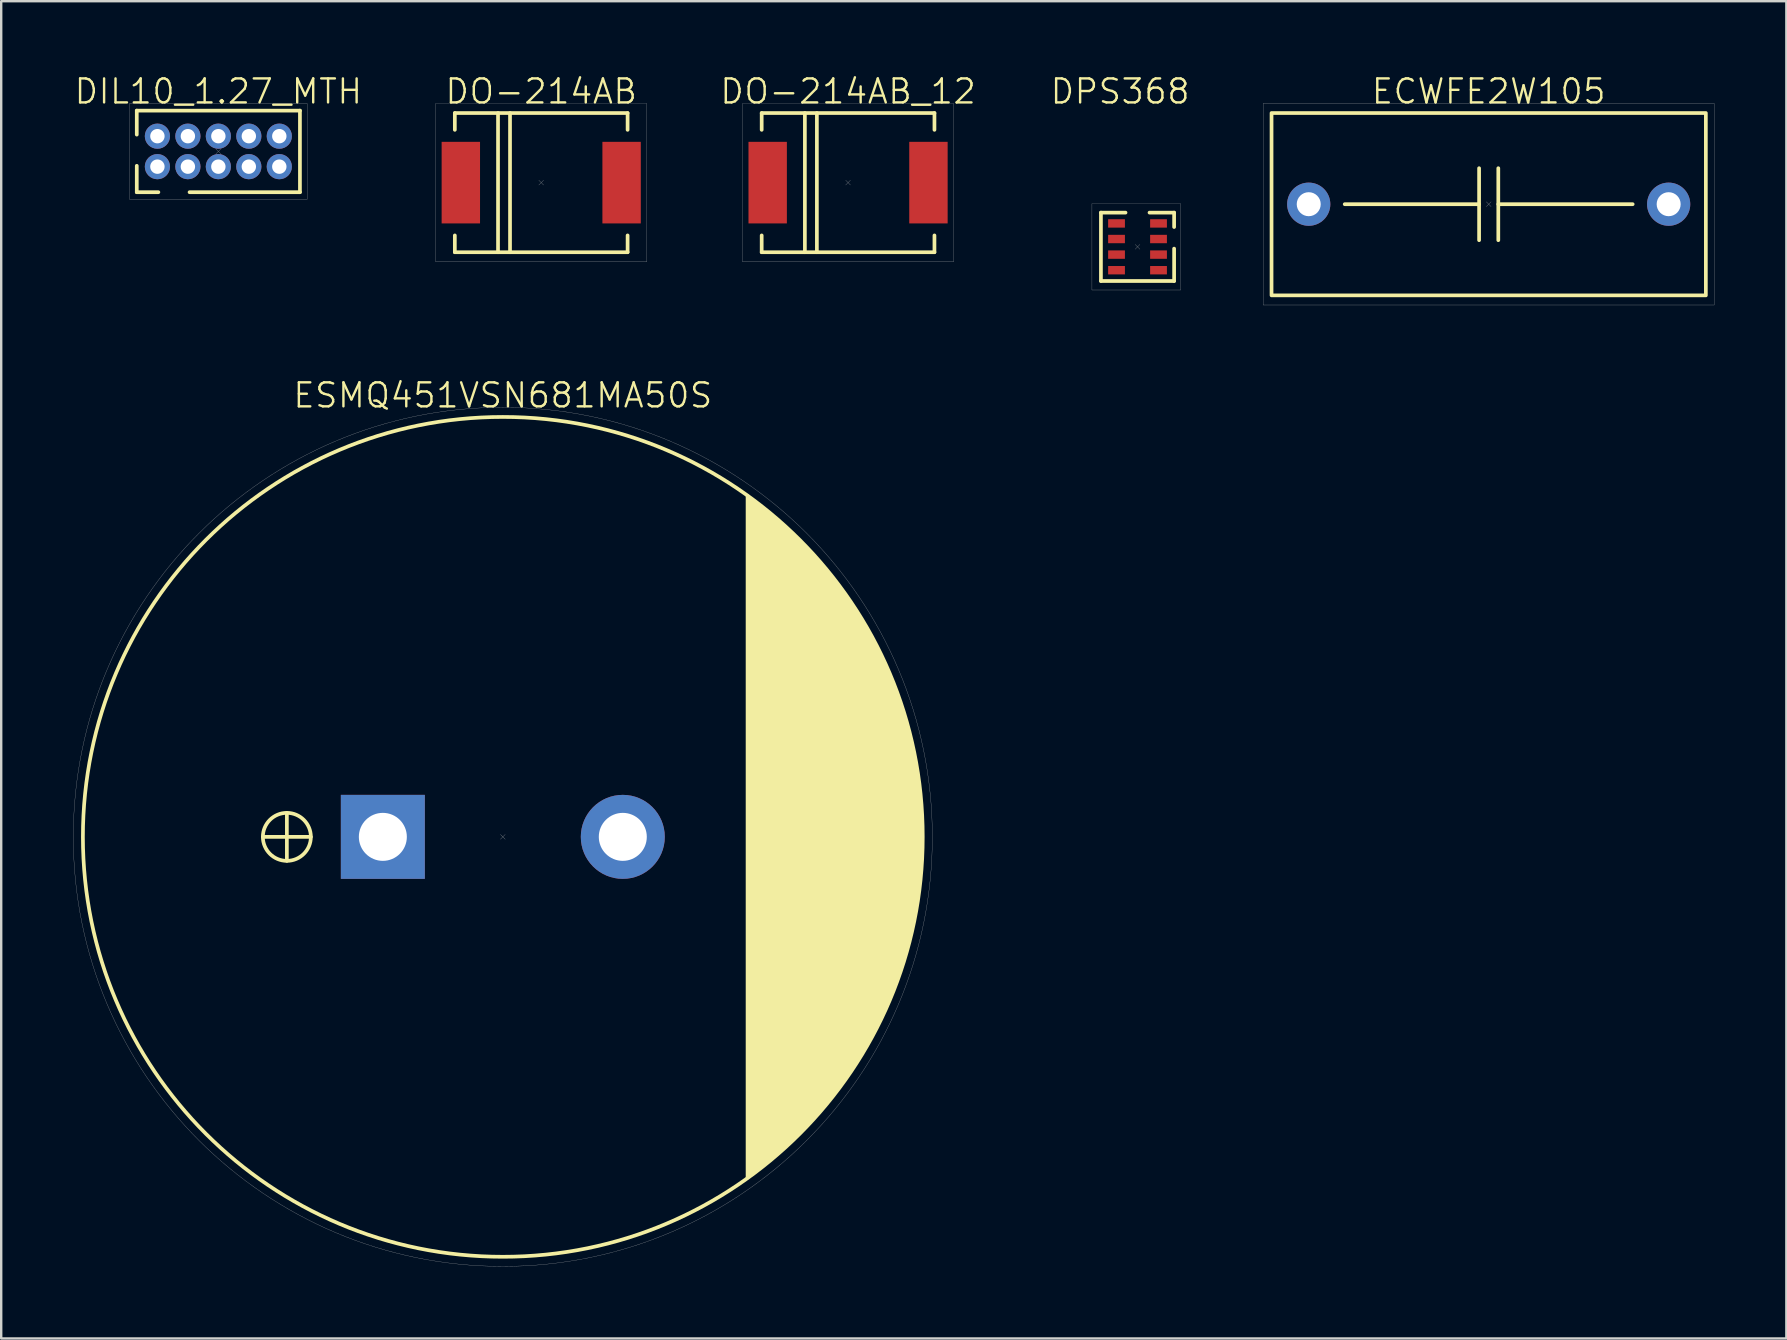
<source format=kicad_pcb>
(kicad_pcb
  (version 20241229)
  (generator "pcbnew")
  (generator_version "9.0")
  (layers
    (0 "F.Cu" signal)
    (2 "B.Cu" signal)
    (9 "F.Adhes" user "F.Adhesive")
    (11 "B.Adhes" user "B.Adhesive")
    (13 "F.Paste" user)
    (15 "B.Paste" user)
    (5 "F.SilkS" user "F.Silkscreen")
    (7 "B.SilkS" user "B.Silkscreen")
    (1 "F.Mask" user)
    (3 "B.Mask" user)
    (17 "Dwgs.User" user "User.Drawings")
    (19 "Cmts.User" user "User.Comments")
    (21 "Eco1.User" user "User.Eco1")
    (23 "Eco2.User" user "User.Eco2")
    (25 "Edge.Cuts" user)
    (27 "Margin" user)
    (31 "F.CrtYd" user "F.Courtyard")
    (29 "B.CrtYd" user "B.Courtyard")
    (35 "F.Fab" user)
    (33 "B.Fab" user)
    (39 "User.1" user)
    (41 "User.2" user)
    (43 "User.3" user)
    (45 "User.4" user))
  (footprint "DO-214AB_12"
    (layer "F.Cu")
    (at 32.293 4.561)
    (property "Reference" "DO-214AB_12" (at 0 -3.8 0) (unlocked yes) (layer "F.SilkS") (effects (font (size 1 1) (thickness 0.1))))
    (attr smd)
    (fp_line (start -3.6 -2.9) (end 3.6 -2.9) (stroke (width 0.154) (type default)) (layer "F.SilkS"))
    (fp_line (start -3.6 -2.2) (end -3.6 -2.9) (stroke (width 0.154) (type default)) (layer "F.SilkS"))
    (fp_line (start -3.6 2.9) (end -3.6 2.2) (stroke (width 0.154) (type default)) (layer "F.SilkS"))
    (fp_line (start -1.8 -2.9) (end -1.8 2.9) (stroke (width 0.154) (type default)) (layer "F.SilkS"))
    (fp_line (start -1.3 -2.9) (end -1.3 2.9) (stroke (width 0.154) (type default)) (layer "F.SilkS"))
    (fp_line (start 3.6 -2.9) (end 3.6 -2.2) (stroke (width 0.154) (type default)) (layer "F.SilkS"))
    (fp_line (start 3.6 2.2) (end 3.6 2.9) (stroke (width 0.154) (type default)) (layer "F.SilkS"))
    (fp_line (start 3.6 2.9) (end -3.6 2.9) (stroke (width 0.154) (type default)) (layer "F.SilkS"))
    (fp_line (start -0.1 -0.1) (end 0.1 0.1) (stroke (width 0.01) (type default)) (layer "F.Fab"))
    (fp_line (start 0.1 -0.1) (end -0.1 0.1) (stroke (width 0.01) (type default)) (layer "F.Fab"))
    (fp_rect (start -4.4 -3.3) (end 4.4 3.3) (stroke (width 0.01) (type default)) (fill no) (layer "F.Fab"))
    (pad "1" smd rect (at 3.35 0) (size 1.6 3.4) (layers "F.Cu" "F.Mask" "F.Paste"))
    (pad "2" smd rect (at -3.35 0) (size 1.6 3.4) (layers "F.Cu" "F.Mask" "F.Paste")))
  (footprint "DPS368"
    (layer "F.Cu")
    (at 44.356 7.236)
    (property "Reference" "DPS368" (at -0.725 -6.475 0) (unlocked yes) (layer "F.SilkS") (effects (font (size 1 1) (thickness 0.1))))
    (attr smd)
    (fp_line (start -1.525 -1.425) (end -1.525 1.425) (stroke (width 0.154) (type default)) (layer "F.SilkS"))
    (fp_line (start -1.525 -1.425) (end -0.5 -1.425) (stroke (width 0.154) (type default)) (layer "F.SilkS"))
    (fp_line (start 0.5 -1.425) (end 1.525 -1.425) (stroke (width 0.154) (type default)) (layer "F.SilkS"))
    (fp_line (start 1.525 -0.825) (end 1.525 -1.425) (stroke (width 0.154) (type default)) (layer "F.SilkS"))
    (fp_line (start 1.525 1.425) (end -1.525 1.425) (stroke (width 0.154) (type default)) (layer "F.SilkS"))
    (fp_line (start 1.525 1.425) (end 1.525 0.075) (stroke (width 0.154) (type default)) (layer "F.SilkS"))
    (fp_line (start -0.1 -0.1) (end 0.1 0.1) (stroke (width 0.01) (type default)) (layer "F.Fab"))
    (fp_line (start 0.1 -0.1) (end -0.1 0.1) (stroke (width 0.01) (type default)) (layer "F.Fab"))
    (fp_rect (start -1.9 -1.8) (end 1.8 1.8) (stroke (width 0.01) (type default)) (fill no) (layer "F.Fab"))
    (pad "1" smd rect (at -0.875 -0.975) (size 0.7 0.35) (layers "F.Cu" "F.Mask" "F.Paste"))
    (pad "2" smd rect (at -0.875 -0.325) (size 0.7 0.35) (layers "F.Cu" "F.Mask" "F.Paste"))
    (pad "3" smd rect (at -0.875 0.325) (size 0.7 0.35) (layers "F.Cu" "F.Mask" "F.Paste"))
    (pad "4" smd rect (at -0.875 0.975) (size 0.7 0.35) (layers "F.Cu" "F.Mask" "F.Paste"))
    (pad "5" smd rect (at 0.875 0.975) (size 0.7 0.35) (layers "F.Cu" "F.Mask" "F.Paste"))
    (pad "6" smd rect (at 0.875 0.325) (size 0.7 0.35) (layers "F.Cu" "F.Mask" "F.Paste"))
    (pad "7" smd rect (at 0.875 -0.325) (size 0.7 0.35) (layers "F.Cu" "F.Mask" "F.Paste"))
    (pad "8" smd rect (at 0.875 -0.975) (size 0.7 0.35) (layers "F.Cu" "F.Mask" "F.Paste")))
  (footprint "DO-214AB"
    (layer "F.Cu")
    (at 19.505 4.561)
    (property "Reference" "DO-214AB" (at 0 -3.8 0) (unlocked yes) (layer "F.SilkS") (effects (font (size 1 1) (thickness 0.1))))
    (attr smd)
    (fp_line (start -3.6 -2.9) (end 3.6 -2.9) (stroke (width 0.154) (type default)) (layer "F.SilkS"))
    (fp_line (start -3.6 -2.2) (end -3.6 -2.9) (stroke (width 0.154) (type default)) (layer "F.SilkS"))
    (fp_line (start -3.6 2.9) (end -3.6 2.2) (stroke (width 0.154) (type default)) (layer "F.SilkS"))
    (fp_line (start -1.8 -2.9) (end -1.8 2.9) (stroke (width 0.154) (type default)) (layer "F.SilkS"))
    (fp_line (start -1.3 -2.9) (end -1.3 2.9) (stroke (width 0.154) (type default)) (layer "F.SilkS"))
    (fp_line (start 3.6 -2.9) (end 3.6 -2.2) (stroke (width 0.154) (type default)) (layer "F.SilkS"))
    (fp_line (start 3.6 2.2) (end 3.6 2.9) (stroke (width 0.154) (type default)) (layer "F.SilkS"))
    (fp_line (start 3.6 2.9) (end -3.6 2.9) (stroke (width 0.154) (type default)) (layer "F.SilkS"))
    (fp_line (start -0.1 -0.1) (end 0.1 0.1) (stroke (width 0.01) (type default)) (layer "F.Fab"))
    (fp_line (start 0.1 -0.1) (end -0.1 0.1) (stroke (width 0.01) (type default)) (layer "F.Fab"))
    (fp_rect (start -4.4 -3.3) (end 4.4 3.3) (stroke (width 0.01) (type default)) (fill no) (layer "F.Fab"))
    (pad "A" smd rect (at 3.35 0) (size 1.6 3.4) (layers "F.Cu" "F.Mask" "F.Paste"))
    (pad "K" smd rect (at -3.35 0) (size 1.6 3.4) (layers "F.Cu" "F.Mask" "F.Paste")))
  (footprint "ESMQ451VSN681MA50S"
    (layer "F.Cu")
    (at 17.905 31.826)
    (property "Reference" "ESMQ451VSN681MA50S" (at 0 -18.4 0) (unlocked yes) (layer "F.SilkS") (effects (font (size 1 1) (thickness 0.1))))
    (attr through_hole)
    (fp_line (start -10 0) (end -8 0) (stroke (width 0.154) (type default)) (layer "F.SilkS"))
    (fp_line (start -9 -1) (end -9 1) (stroke (width 0.154) (type default)) (layer "F.SilkS"))
    (fp_line (start 10.2 -14.2) (end 10.2 14.2) (stroke (width 0.154) (type default)) (layer "F.SilkS"))
    (fp_circle (center -9 0) (end -8 0) (stroke (width 0.154) (type default)) (fill no) (layer "F.SilkS"))
    (fp_circle (center 0 0) (end 17.5 0) (stroke (width 0.154) (type default)) (fill no) (layer "F.SilkS"))
    (fp_poly (pts (xy 10.2 -14.2) (xy 10.7 -13.8) (xy 12.1 -12.6) (xy 12.9 -11.8) (xy 13.6 -10.9) (xy 13.9 -10.6) (xy 14.7 -9.4) (xy 15.4 -8.2) (xy 16 -7) (xy 16.3 -6.3) (xy 16.6 -5.5) (xy 16.9 -4.5) (xy 17.3 -2.5) (xy 17.4 -1.8) (xy 17.5 -0.4) (xy 17.5 0.6) (xy 17.4 1.8) (xy 17.3 2.5) (xy 17.1 3.5) (xy 16.8 4.8) (xy 16.4 6) (xy 16 7.1) (xy 15.5 8.1) (xy 14.6 9.6) (xy 14 10.5) (xy 13.3 11.3) (xy 12.4 12.3) (xy 12 12.7) (xy 10.5 14) (xy 10.2 14.2)) (stroke (width 0.1) (type solid)) (fill yes) (layer "F.SilkS"))
    (fp_line (start -0.1 -0.1) (end 0.1 0.1) (stroke (width 0.01) (type default)) (layer "F.Fab"))
    (fp_line (start 0.1 -0.1) (end -0.1 0.1) (stroke (width 0.01) (type default)) (layer "F.Fab"))
    (fp_circle (center 0 0) (end 17.9 0) (stroke (width 0.01) (type default)) (fill no) (layer "F.Fab"))
    (pad "+" thru_hole rect (at -5 0) (size 3.5 3.5) (drill 2) (layers "*.Cu" "*.Mask"))
    (pad "-" thru_hole circle (at 5 0) (size 3.5 3.5) (drill 2) (layers "*.Cu" "*.Mask")))
  (footprint "ECWFE2W105"
    (layer "F.Cu")
    (at 58.991 5.46)
    (property "Reference" "ECWFE2W105" (at 0 -4.7 0) (unlocked yes) (layer "F.SilkS") (effects (font (size 1 1) (thickness 0.1))))
    (attr through_hole)
    (fp_line (start -6 0) (end -0.4 0) (stroke (width 0.154) (type default)) (layer "F.SilkS"))
    (fp_line (start -0.4 -1.5) (end -0.4 1.5) (stroke (width 0.154) (type default)) (layer "F.SilkS"))
    (fp_line (start 0.4 -1.5) (end 0.4 1.5) (stroke (width 0.154) (type default)) (layer "F.SilkS"))
    (fp_line (start 0.4 0) (end 6 0) (stroke (width 0.154) (type default)) (layer "F.SilkS"))
    (fp_rect (start -9.05 -3.8) (end 9.05 3.8) (stroke (width 0.154) (type default)) (fill no) (layer "F.SilkS"))
    (fp_line (start -0.1 -0.1) (end 0.1 0.1) (stroke (width 0.01) (type default)) (layer "F.Fab"))
    (fp_line (start 0.1 -0.1) (end -0.1 0.1) (stroke (width 0.01) (type default)) (layer "F.Fab"))
    (fp_rect (start -9.4 -4.2) (end 9.4 4.2) (stroke (width 0.01) (type default)) (fill no) (layer "F.Fab"))
    (pad "1" thru_hole circle (at -7.5 0) (size 1.8 1.8) (drill 1) (layers "*.Cu" "*.Mask"))
    (pad "2" thru_hole circle (at 7.5 0) (size 1.8 1.8) (drill 1) (layers "*.Cu" "*.Mask")))
  (footprint "DIL10_1.27_MTH"
    (layer "F.Cu")
    (at 6.05 3.26)
    (property "Reference" "DIL10_1.27_MTH" (at 0 -2.5 0) (unlocked yes) (layer "F.SilkS") (effects (font (size 1 1) (thickness 0.1))))
    (attr through_hole)
    (fp_line (start -3.4 -1.7) (end -3.4 -0.7) (stroke (width 0.154) (type default)) (layer "F.SilkS"))
    (fp_line (start -3.4 0.6) (end -3.4 1.7) (stroke (width 0.154) (type default)) (layer "F.SilkS"))
    (fp_line (start -3.4 1.7) (end -2.5 1.7) (stroke (width 0.154) (type default)) (layer "F.SilkS"))
    (fp_line (start -1.2 1.7) (end 3.4 1.7) (stroke (width 0.154) (type default)) (layer "F.SilkS"))
    (fp_line (start 3.4 -1.7) (end -3.4 -1.7) (stroke (width 0.154) (type default)) (layer "F.SilkS"))
    (fp_line (start 3.4 1.7) (end 3.4 -1.7) (stroke (width 0.154) (type default)) (layer "F.SilkS"))
    (fp_line (start -0.1 -0.1) (end 0.1 0.1) (stroke (width 0.01) (type default)) (layer "F.Fab"))
    (fp_line (start 0.1 -0.1) (end -0.1 0.1) (stroke (width 0.01) (type default)) (layer "F.Fab"))
    (fp_rect (start -3.7 -2) (end 3.7 2) (stroke (width 0.01) (type default)) (fill no) (layer "F.Fab"))
    (pad "1" thru_hole circle (at -2.54 0.635) (size 1.05 1.05) (drill 0.6) (layers "*.Cu" "*.Mask"))
    (pad "2" thru_hole circle (at -2.54 -0.635) (size 1.05 1.05) (drill 0.6) (layers "*.Cu" "*.Mask"))
    (pad "3" thru_hole circle (at -1.27 0.635) (size 1.05 1.05) (drill 0.6) (layers "*.Cu" "*.Mask"))
    (pad "4" thru_hole circle (at -1.27 -0.635) (size 1.05 1.05) (drill 0.6) (layers "*.Cu" "*.Mask"))
    (pad "5" thru_hole circle (at 0 0.635) (size 1.05 1.05) (drill 0.6) (layers "*.Cu" "*.Mask"))
    (pad "6" thru_hole circle (at 0 -0.635) (size 1.05 1.05) (drill 0.6) (layers "*.Cu" "*.Mask"))
    (pad "7" thru_hole circle (at 1.27 0.635) (size 1.05 1.05) (drill 0.6) (layers "*.Cu" "*.Mask"))
    (pad "8" thru_hole circle (at 1.27 -0.635) (size 1.05 1.05) (drill 0.6) (layers "*.Cu" "*.Mask"))
    (pad "9" thru_hole circle (at 2.54 0.635) (size 1.05 1.05) (drill 0.6) (layers "*.Cu" "*.Mask"))
    (pad "10" thru_hole circle (at 2.54 -0.635) (size 1.05 1.05) (drill 0.6) (layers "*.Cu" "*.Mask")))
  (gr_rect
    (start -3 -3)
    (end 71.396 52.731)
    (stroke (width 0.1) (type default))
    (fill no)
    (layer "Edge.Cuts")))
</source>
